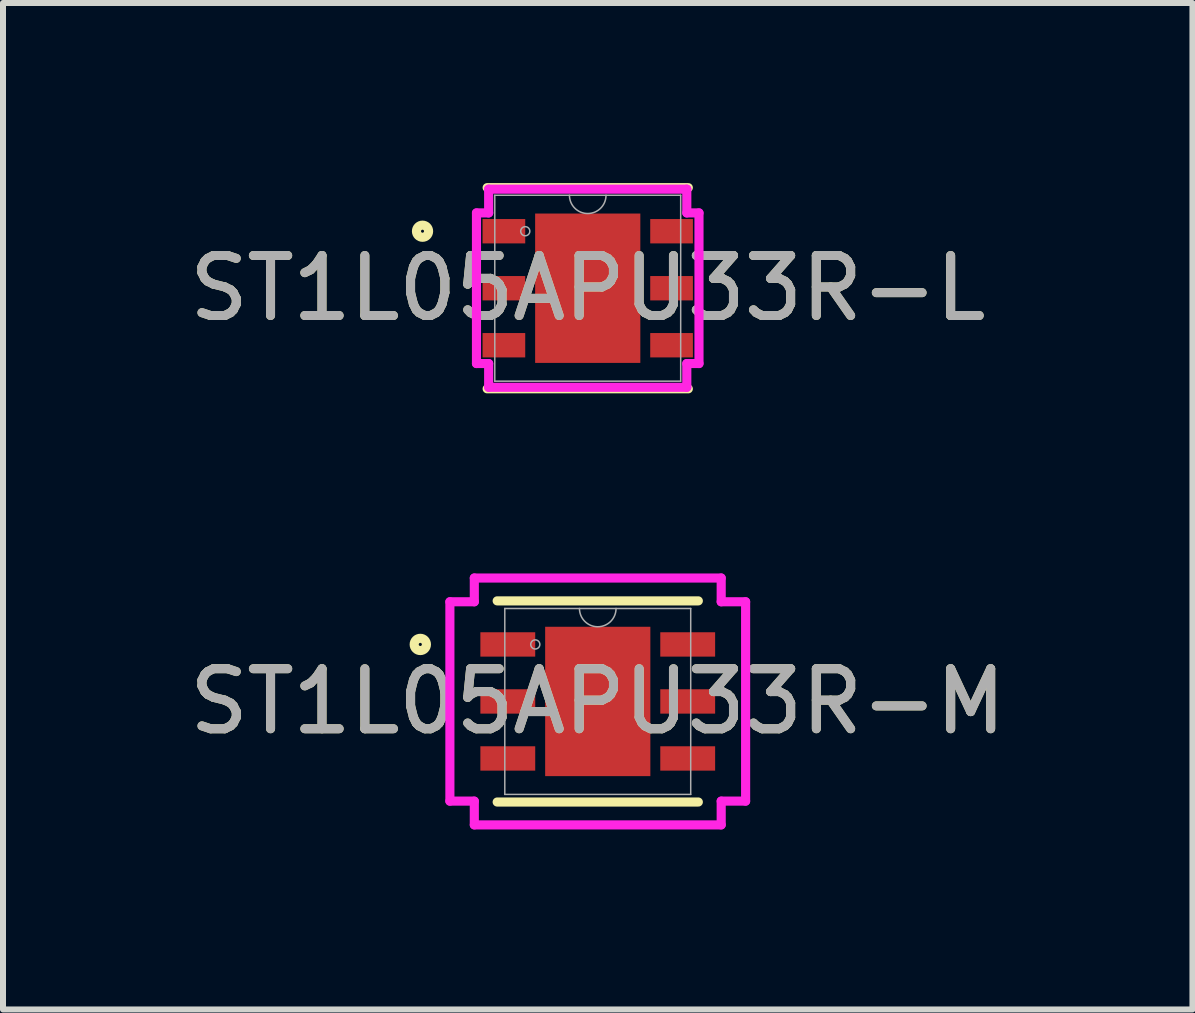
<source format=kicad_pcb>
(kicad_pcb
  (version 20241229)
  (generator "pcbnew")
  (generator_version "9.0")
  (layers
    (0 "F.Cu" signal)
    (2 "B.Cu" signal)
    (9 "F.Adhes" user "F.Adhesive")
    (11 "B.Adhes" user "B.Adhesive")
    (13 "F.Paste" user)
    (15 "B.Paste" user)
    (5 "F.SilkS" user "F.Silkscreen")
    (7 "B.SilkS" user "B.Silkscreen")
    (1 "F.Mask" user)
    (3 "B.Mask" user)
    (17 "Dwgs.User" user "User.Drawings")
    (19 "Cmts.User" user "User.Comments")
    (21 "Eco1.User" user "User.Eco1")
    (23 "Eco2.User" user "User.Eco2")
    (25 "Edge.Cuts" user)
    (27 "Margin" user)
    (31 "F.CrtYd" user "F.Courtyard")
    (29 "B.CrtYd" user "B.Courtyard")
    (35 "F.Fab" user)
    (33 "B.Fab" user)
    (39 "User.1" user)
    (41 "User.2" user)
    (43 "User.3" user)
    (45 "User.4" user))
  (footprint "ST1L05APU33R-L"
    (layer "F.Cu")
    (at 6.744 1.753)
    (property "Reference" "ST1L05APU33R-L" (at 0 0 0) (unlocked yes) (layer "F.SilkS") (effects (font (size 1 1) (thickness 0.15))))
    (attr smd)
    (fp_line (start -1.676 1.676) (end 1.676 1.676) (stroke (width 0.152) (type solid)) (layer "F.SilkS"))
    (fp_line (start 1.676 -1.676) (end -1.676 -1.676) (stroke (width 0.152) (type solid)) (layer "F.SilkS"))
    (fp_circle (center -2.753 -0.95) (end -2.652 -0.95) (stroke (width 0.152) (type solid)) (fill no) (layer "F.SilkS"))
    (fp_line (start -1.854 -1.255) (end -1.651 -1.255) (stroke (width 0.152) (type solid)) (layer "F.CrtYd"))
    (fp_line (start -1.854 1.255) (end -1.854 -1.255) (stroke (width 0.152) (type solid)) (layer "F.CrtYd"))
    (fp_line (start -1.854 1.255) (end -1.651 1.255) (stroke (width 0.152) (type solid)) (layer "F.CrtYd"))
    (fp_line (start -1.651 -1.651) (end 1.651 -1.651) (stroke (width 0.152) (type solid)) (layer "F.CrtYd"))
    (fp_line (start -1.651 -1.255) (end -1.651 -1.651) (stroke (width 0.152) (type solid)) (layer "F.CrtYd"))
    (fp_line (start -1.651 1.651) (end -1.651 1.255) (stroke (width 0.152) (type solid)) (layer "F.CrtYd"))
    (fp_line (start 1.651 -1.651) (end 1.651 -1.255) (stroke (width 0.152) (type solid)) (layer "F.CrtYd"))
    (fp_line (start 1.651 1.255) (end 1.651 1.651) (stroke (width 0.152) (type solid)) (layer "F.CrtYd"))
    (fp_line (start 1.651 1.651) (end -1.651 1.651) (stroke (width 0.152) (type solid)) (layer "F.CrtYd"))
    (fp_line (start 1.854 -1.255) (end 1.651 -1.255) (stroke (width 0.152) (type solid)) (layer "F.CrtYd"))
    (fp_line (start 1.854 -1.255) (end 1.854 1.255) (stroke (width 0.152) (type solid)) (layer "F.CrtYd"))
    (fp_line (start 1.854 1.255) (end 1.651 1.255) (stroke (width 0.152) (type solid)) (layer "F.CrtYd"))
    (fp_line (start -1.549 -1.549) (end -1.549 1.549) (stroke (width 0.025) (type solid)) (layer "F.Fab"))
    (fp_line (start -1.549 1.549) (end 1.549 1.549) (stroke (width 0.025) (type solid)) (layer "F.Fab"))
    (fp_line (start 1.549 -1.549) (end -1.549 -1.549) (stroke (width 0.025) (type solid)) (layer "F.Fab"))
    (fp_line (start 1.549 1.549) (end 1.549 -1.549) (stroke (width 0.025) (type solid)) (layer "F.Fab"))
    (fp_arc (start 0.3048 -1.5494) (mid 0 -1.2446) (end -0.3048 -1.5494) (stroke (width 0.0254) (type solid)) (layer "F.Fab"))
    (fp_circle (center -1.041 -0.95) (end -0.965 -0.95) (stroke (width 0.025) (type solid)) (fill no) (layer "F.Fab"))
    (fp_text user "${REFERENCE}" (at 0 0 0) (unlocked yes) (layer "F.Fab") (effects (font (size 1 1) (thickness 0.15))))
    (pad "1" smd rect (at -1.397 -0.95) (size 0.711 0.406) (layers "F.Cu" "F.Mask" "F.Paste"))
    (pad "2" smd rect (at -1.397 0) (size 0.711 0.406) (layers "F.Cu" "F.Mask" "F.Paste"))
    (pad "3" smd rect (at -1.397 0.95) (size 0.711 0.406) (layers "F.Cu" "F.Mask" "F.Paste"))
    (pad "4" smd rect (at 1.397 0.95) (size 0.711 0.406) (layers "F.Cu" "F.Mask" "F.Paste"))
    (pad "5" smd rect (at 1.397 0) (size 0.711 0.406) (layers "F.Cu" "F.Mask" "F.Paste"))
    (pad "6" smd rect (at 1.397 -0.95) (size 0.711 0.406) (layers "F.Cu" "F.Mask" "F.Paste"))
    (pad "7" smd rect (at 0 0) (size 1.753 2.489) (layers "F.Cu" "F.Mask" "F.Paste")))
  (footprint "ST1L05APU33R-M"
    (layer "F.Cu")
    (at 6.911 8.639)
    (property "Reference" "ST1L05APU33R-M" (at 0 0 0) (unlocked yes) (layer "F.SilkS") (effects (font (size 1 1) (thickness 0.15))))
    (attr smd)
    (fp_line (start -1.676 1.676) (end 1.676 1.676) (stroke (width 0.152) (type solid)) (layer "F.SilkS"))
    (fp_line (start 1.676 -1.676) (end -1.676 -1.676) (stroke (width 0.152) (type solid)) (layer "F.SilkS"))
    (fp_circle (center -2.957 -0.95) (end -2.855 -0.95) (stroke (width 0.152) (type solid)) (fill no) (layer "F.SilkS"))
    (fp_line (start -2.464 -1.661) (end -2.057 -1.661) (stroke (width 0.152) (type solid)) (layer "F.CrtYd"))
    (fp_line (start -2.464 1.661) (end -2.464 -1.661) (stroke (width 0.152) (type solid)) (layer "F.CrtYd"))
    (fp_line (start -2.464 1.661) (end -2.057 1.661) (stroke (width 0.152) (type solid)) (layer "F.CrtYd"))
    (fp_line (start -2.057 -2.057) (end 2.057 -2.057) (stroke (width 0.152) (type solid)) (layer "F.CrtYd"))
    (fp_line (start -2.057 -1.661) (end -2.057 -2.057) (stroke (width 0.152) (type solid)) (layer "F.CrtYd"))
    (fp_line (start -2.057 2.057) (end -2.057 1.661) (stroke (width 0.152) (type solid)) (layer "F.CrtYd"))
    (fp_line (start 2.057 -2.057) (end 2.057 -1.661) (stroke (width 0.152) (type solid)) (layer "F.CrtYd"))
    (fp_line (start 2.057 1.661) (end 2.057 2.057) (stroke (width 0.152) (type solid)) (layer "F.CrtYd"))
    (fp_line (start 2.057 2.057) (end -2.057 2.057) (stroke (width 0.152) (type solid)) (layer "F.CrtYd"))
    (fp_line (start 2.464 -1.661) (end 2.057 -1.661) (stroke (width 0.152) (type solid)) (layer "F.CrtYd"))
    (fp_line (start 2.464 -1.661) (end 2.464 1.661) (stroke (width 0.152) (type solid)) (layer "F.CrtYd"))
    (fp_line (start 2.464 1.661) (end 2.057 1.661) (stroke (width 0.152) (type solid)) (layer "F.CrtYd"))
    (fp_line (start -1.549 -1.549) (end -1.549 1.549) (stroke (width 0.025) (type solid)) (layer "F.Fab"))
    (fp_line (start -1.549 1.549) (end 1.549 1.549) (stroke (width 0.025) (type solid)) (layer "F.Fab"))
    (fp_line (start 1.549 -1.549) (end -1.549 -1.549) (stroke (width 0.025) (type solid)) (layer "F.Fab"))
    (fp_line (start 1.549 1.549) (end 1.549 -1.549) (stroke (width 0.025) (type solid)) (layer "F.Fab"))
    (fp_arc (start 0.3048 -1.5494) (mid 0 -1.2446) (end -0.3048 -1.5494) (stroke (width 0.0254) (type solid)) (layer "F.Fab"))
    (fp_circle (center -1.041 -0.95) (end -0.965 -0.95) (stroke (width 0.025) (type solid)) (fill no) (layer "F.Fab"))
    (fp_text user "${REFERENCE}" (at 0 0 0) (unlocked yes) (layer "F.Fab") (effects (font (size 1 1) (thickness 0.15))))
    (pad "1" smd rect (at -1.499 -0.95) (size 0.914 0.406) (layers "F.Cu" "F.Mask" "F.Paste"))
    (pad "2" smd rect (at -1.499 0) (size 0.914 0.406) (layers "F.Cu" "F.Mask" "F.Paste"))
    (pad "3" smd rect (at -1.499 0.95) (size 0.914 0.406) (layers "F.Cu" "F.Mask" "F.Paste"))
    (pad "4" smd rect (at 1.499 0.95) (size 0.914 0.406) (layers "F.Cu" "F.Mask" "F.Paste"))
    (pad "5" smd rect (at 1.499 0) (size 0.914 0.406) (layers "F.Cu" "F.Mask" "F.Paste"))
    (pad "6" smd rect (at 1.499 -0.95) (size 0.914 0.406) (layers "F.Cu" "F.Mask" "F.Paste"))
    (pad "7" smd rect (at 0 0) (size 1.753 2.489) (layers "F.Cu" "F.Mask" "F.Paste")))
  (gr_rect
    (start -3 -3)
    (end 16.821 13.772)
    (stroke (width 0.1) (type default))
    (fill no)
    (layer "Edge.Cuts")))
</source>
